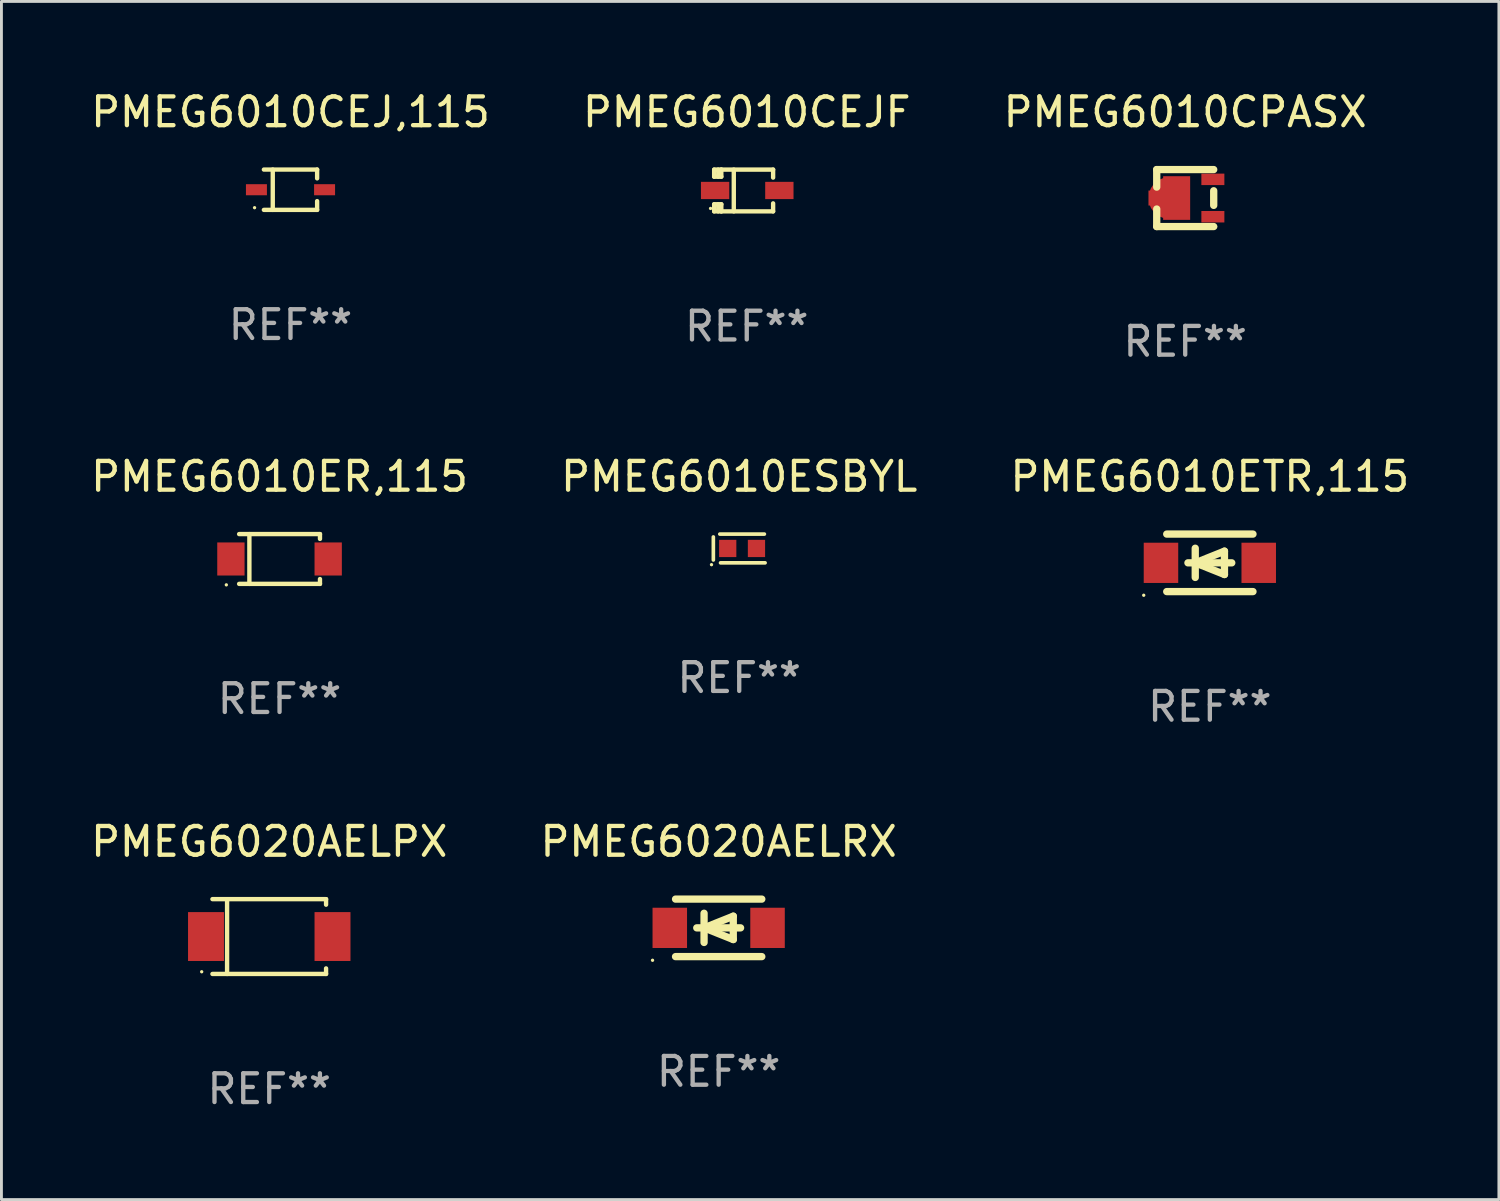
<source format=kicad_pcb>
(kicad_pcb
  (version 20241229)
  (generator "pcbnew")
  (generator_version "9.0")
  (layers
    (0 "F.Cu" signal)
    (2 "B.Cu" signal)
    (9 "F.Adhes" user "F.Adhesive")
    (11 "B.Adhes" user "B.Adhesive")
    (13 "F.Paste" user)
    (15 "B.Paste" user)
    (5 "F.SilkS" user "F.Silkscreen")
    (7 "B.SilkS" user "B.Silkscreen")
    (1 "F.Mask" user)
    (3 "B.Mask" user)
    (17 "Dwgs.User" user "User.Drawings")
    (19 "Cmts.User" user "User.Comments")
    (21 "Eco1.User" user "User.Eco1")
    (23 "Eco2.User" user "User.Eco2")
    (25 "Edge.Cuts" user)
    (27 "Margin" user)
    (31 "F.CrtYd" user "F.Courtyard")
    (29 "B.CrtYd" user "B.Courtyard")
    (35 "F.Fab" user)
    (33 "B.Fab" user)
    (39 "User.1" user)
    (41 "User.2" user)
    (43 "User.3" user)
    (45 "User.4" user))
  (footprint "PMEG6010ETR,115"
    (layer "F.Cu")
    (at 39.03 16.526)
    (property "Reference" "PMEG6010ETR,115" (at 0 -3 0) (layer "F.SilkS") (effects (font (size 1 1) (thickness 0.15))))
    (attr through_hole)
    (fp_line (start -1.5 -1) (end 1.5 -1) (stroke (width 0.254) (type solid)) (layer "F.SilkS"))
    (fp_line (start -1.5 1) (end 1.5 1) (stroke (width 0.254) (type solid)) (layer "F.SilkS"))
    (fp_line (start -0.762 0) (end 0.762 0) (stroke (width 0.254) (type solid)) (layer "F.SilkS"))
    (fp_line (start -0.508 -0.508) (end -0.508 0.508) (stroke (width 0.254) (type solid)) (layer "F.SilkS"))
    (fp_line (start -0.508 0) (end 0.508 -0.406) (stroke (width 0.254) (type solid)) (layer "F.SilkS"))
    (fp_line (start 0.508 -0.406) (end 0.508 0.406) (stroke (width 0.254) (type solid)) (layer "F.SilkS"))
    (fp_line (start 0.508 0.406) (end -0.508 0) (stroke (width 0.254) (type solid)) (layer "F.SilkS"))
    (fp_circle (center -2.3 1.127) (end -2.27 1.127) (stroke (width 0.06) (type solid)) (fill no) (layer "F.SilkS"))
    (fp_text user "REF**" (at 0 5 0) (layer "F.Fab") (effects (font (size 1 1) (thickness 0.15))))
    (pad "1" smd rect (at -1.7 0) (size 1.2 1.4) (layers "F.Cu" "F.Mask" "F.Paste"))
    (pad "2" smd rect (at 1.7 0) (size 1.2 1.4) (layers "F.Cu" "F.Mask" "F.Paste")))
  (footprint "PMEG6010ER,115"
    (layer "F.Cu")
    (at 6.673 16.392)
    (property "Reference" "PMEG6010ER,115" (at 0 -2.866 0) (layer "F.SilkS") (effects (font (size 1 1) (thickness 0.15))))
    (attr through_hole)
    (fp_line (start -1.406 -0.866) (end 1.406 -0.866) (stroke (width 0.152) (type solid)) (layer "F.SilkS"))
    (fp_line (start -1.406 0.866) (end 1.406 0.866) (stroke (width 0.152) (type solid)) (layer "F.SilkS"))
    (fp_line (start -1.049 -0.866) (end -1.049 0.866) (stroke (width 0.152) (type solid)) (layer "F.SilkS"))
    (fp_line (start 1.406 -0.866) (end 1.406 -0.698) (stroke (width 0.152) (type solid)) (layer "F.SilkS"))
    (fp_line (start 1.406 0.866) (end 1.406 0.698) (stroke (width 0.152) (type solid)) (layer "F.SilkS"))
    (fp_circle (center -1.851 0.9) (end -1.821 0.9) (stroke (width 0.06) (type solid)) (fill no) (layer "F.SilkS"))
    (fp_text user "REF**" (at 0 4.866 0) (layer "F.Fab") (effects (font (size 1 1) (thickness 0.15))))
    (pad "1" smd rect (at -1.692 0) (size 0.95 1.15) (layers "F.Cu" "F.Mask" "F.Paste"))
    (pad "2" smd rect (at 1.692 0) (size 0.95 1.15) (layers "F.Cu" "F.Mask" "F.Paste")))
  (footprint "PMEG6010CPASX"
    (layer "F.Cu")
    (at 38.173 3.839)
    (property "Reference" "PMEG6010CPASX" (at 0 -2.991 0) (layer "F.SilkS") (effects (font (size 1 1) (thickness 0.15))))
    (attr through_hole)
    (fp_line (start -0.991 -0.991) (end -0.991 -0.381) (stroke (width 0.254) (type solid)) (layer "F.SilkS"))
    (fp_line (start -0.991 0.381) (end -0.991 0.991) (stroke (width 0.254) (type solid)) (layer "F.SilkS"))
    (fp_line (start -0.991 0.991) (end 0.991 0.991) (stroke (width 0.254) (type solid)) (layer "F.SilkS"))
    (fp_line (start 0.991 -0.991) (end -0.991 -0.991) (stroke (width 0.254) (type solid)) (layer "F.SilkS"))
    (fp_line (start 0.991 -0.254) (end 0.991 0.254) (stroke (width 0.254) (type solid)) (layer "F.SilkS"))
    (fp_circle (center 1.054 0.999) (end 1.084 0.999) (stroke (width 0.06) (type solid)) (fill no) (layer "F.SilkS"))
    (fp_text user "REF**" (at 0 4.991 0) (layer "F.Fab") (effects (font (size 1 1) (thickness 0.15))))
    (pad "1" smd rect (at 0.962 0.649 270) (size 0.399 0.8) (layers "F.Cu" "F.Mask" "F.Paste"))
    (pad "2" smd rect (at 0.962 -0.651 270) (size 0.399 0.8) (layers "F.Cu" "F.Mask" "F.Paste"))
    (pad "3" smd custom (at -0.553 -0.001) (size 1.45 1.52) (layers "F.Cu" "F.Mask" "F.Paste") (options (anchor circle)) (primitives (gr_poly (pts (xy -0.725 -0.26) (xy -0.225 -0.26) (xy -0.215 -0.26) (xy -0.215 -0.76) (xy 0.725 -0.76) (xy 0.725 0.75) (xy 0.725 0.76) (xy -0.205 0.76) (xy -0.215 0.76) (xy -0.215 0.75) (xy -0.215 0.26) (xy -0.725 0.26)) (width 0) (fill yes)))))
  (footprint "PMEG6020AELRX"
    (layer "F.Cu")
    (at 21.946 29.222)
    (property "Reference" "PMEG6020AELRX" (at 0 -3 0) (layer "F.SilkS") (effects (font (size 1 1) (thickness 0.15))))
    (attr through_hole)
    (fp_line (start -1.5 -1) (end 1.5 -1) (stroke (width 0.254) (type solid)) (layer "F.SilkS"))
    (fp_line (start -1.5 1) (end 1.5 1) (stroke (width 0.254) (type solid)) (layer "F.SilkS"))
    (fp_line (start -0.762 0) (end 0.762 0) (stroke (width 0.254) (type solid)) (layer "F.SilkS"))
    (fp_line (start -0.508 -0.508) (end -0.508 0.508) (stroke (width 0.254) (type solid)) (layer "F.SilkS"))
    (fp_line (start -0.508 0) (end 0.508 -0.406) (stroke (width 0.254) (type solid)) (layer "F.SilkS"))
    (fp_line (start 0.508 -0.406) (end 0.508 0.406) (stroke (width 0.254) (type solid)) (layer "F.SilkS"))
    (fp_line (start 0.508 0.406) (end -0.508 0) (stroke (width 0.254) (type solid)) (layer "F.SilkS"))
    (fp_circle (center -2.3 1.127) (end -2.27 1.127) (stroke (width 0.06) (type solid)) (fill no) (layer "F.SilkS"))
    (fp_text user "REF**" (at 0 5 0) (layer "F.Fab") (effects (font (size 1 1) (thickness 0.15))))
    (pad "1" smd rect (at -1.7 0) (size 1.2 1.4) (layers "F.Cu" "F.Mask" "F.Paste"))
    (pad "2" smd rect (at 1.7 0) (size 1.2 1.4) (layers "F.Cu" "F.Mask" "F.Paste")))
  (footprint "PMEG6020AELPX"
    (layer "F.Cu")
    (at 6.315 29.524)
    (property "Reference" "PMEG6020AELPX" (at 0 -3.301 0) (layer "F.SilkS") (effects (font (size 1 1) (thickness 0.15))))
    (attr through_hole)
    (fp_line (start -1.976 -1.301) (end 1.976 -1.301) (stroke (width 0.152) (type solid)) (layer "F.SilkS"))
    (fp_line (start -1.976 1.301) (end 1.976 1.301) (stroke (width 0.152) (type solid)) (layer "F.SilkS"))
    (fp_line (start -1.467 -1.301) (end -1.467 1.301) (stroke (width 0.152) (type solid)) (layer "F.SilkS"))
    (fp_line (start 1.976 -1.301) (end 1.976 -1.108) (stroke (width 0.152) (type solid)) (layer "F.SilkS"))
    (fp_line (start 1.976 1.301) (end 1.976 1.108) (stroke (width 0.152) (type solid)) (layer "F.SilkS"))
    (fp_circle (center -2.35 1.225) (end -2.32 1.225) (stroke (width 0.06) (type solid)) (fill no) (layer "F.SilkS"))
    (fp_text user "REF**" (at 0 5.301 0) (layer "F.Fab") (effects (font (size 1 1) (thickness 0.15))))
    (pad "1" smd rect (at -2.2 0 180) (size 1.25 1.7) (layers "F.Cu" "F.Mask" "F.Paste"))
    (pad "2" smd rect (at 2.2 0 180) (size 1.25 1.7) (layers "F.Cu" "F.Mask" "F.Paste")))
  (footprint "PMEG6010ESBYL"
    (layer "F.Cu")
    (at 22.661 16.026)
    (property "Reference" "PMEG6010ESBYL" (at 0 -2.5 0) (layer "F.SilkS") (effects (font (size 1 1) (thickness 0.15))))
    (attr through_hole)
    (fp_line (start -0.9 -0.4) (end -0.9 0.4) (stroke (width 0.127) (type solid)) (layer "F.SilkS"))
    (fp_line (start -0.675 -0.5) (end 0.875 -0.5) (stroke (width 0.127) (type solid)) (layer "F.SilkS"))
    (fp_line (start -0.65 0.5) (end 0.9 0.5) (stroke (width 0.127) (type solid)) (layer "F.SilkS"))
    (fp_circle (center -0.964 0.564) (end -0.934 0.564) (stroke (width 0.06) (type solid)) (fill no) (layer "F.SilkS"))
    (fp_text user "REF**" (at 0 4.5 0) (layer "F.Fab") (effects (font (size 1 1) (thickness 0.15))))
    (pad "1" smd rect (at -0.4 0) (size 0.6 0.6) (layers "F.Cu" "F.Mask" "F.Paste"))
    (pad "2" smd rect (at 0.6 0) (size 0.6 0.6) (layers "F.Cu" "F.Mask" "F.Paste")))
  (footprint "PMEG6010CEJ,115"
    (layer "F.Cu")
    (at 7.054 3.549)
    (property "Reference" "PMEG6010CEJ,115" (at 0 -2.701 0) (layer "F.SilkS") (effects (font (size 1 1) (thickness 0.15))))
    (attr through_hole)
    (fp_line (start -0.926 -0.701) (end 0.926 -0.701) (stroke (width 0.152) (type solid)) (layer "F.SilkS"))
    (fp_line (start -0.926 0.701) (end 0.926 0.701) (stroke (width 0.152) (type solid)) (layer "F.SilkS"))
    (fp_line (start -0.617 -0.701) (end -0.617 0.701) (stroke (width 0.152) (type solid)) (layer "F.SilkS"))
    (fp_line (start 0.926 -0.701) (end 0.926 -0.396) (stroke (width 0.152) (type solid)) (layer "F.SilkS"))
    (fp_line (start 0.926 0.701) (end 0.926 0.396) (stroke (width 0.152) (type solid)) (layer "F.SilkS"))
    (fp_circle (center -1.25 0.625) (end -1.22 0.625) (stroke (width 0.06) (type solid)) (fill no) (layer "F.SilkS"))
    (fp_text user "REF**" (at 0 4.701 0) (layer "F.Fab") (effects (font (size 1 1) (thickness 0.15))))
    (pad "1" smd rect (at -1.185 0 180) (size 0.73 0.385) (layers "F.Cu" "F.Mask" "F.Paste"))
    (pad "2" smd rect (at 1.185 0 180) (size 0.73 0.385) (layers "F.Cu" "F.Mask" "F.Paste")))
  (footprint "PMEG6010CEJF"
    (layer "F.Cu")
    (at 22.923 3.575)
    (property "Reference" "PMEG6010CEJF" (at 0 -2.726 0) (layer "F.SilkS") (effects (font (size 1 1) (thickness 0.15))))
    (attr through_hole)
    (fp_line (start -1.134 0.48) (end -1.134 0.726) (stroke (width 0.152) (type solid)) (layer "F.SilkS"))
    (fp_line (start -1.134 0.726) (end -0.885 0.726) (stroke (width 0.152) (type solid)) (layer "F.SilkS"))
    (fp_line (start -1.134 -0.726) (end -1.134 -0.48) (stroke (width 0.152) (type solid)) (layer "F.SilkS"))
    (fp_line (start -0.992 -0.726) (end -0.992 -0.48) (stroke (width 0.152) (type solid)) (layer "F.SilkS"))
    (fp_line (start -0.992 0.48) (end -0.992 0.726) (stroke (width 0.152) (type solid)) (layer "F.SilkS"))
    (fp_line (start -0.885 -0.726) (end -1.134 -0.726) (stroke (width 0.152) (type solid)) (layer "F.SilkS"))
    (fp_line (start -0.885 -0.48) (end -1.134 -0.48) (stroke (width 0.152) (type solid)) (layer "F.SilkS"))
    (fp_line (start -0.885 -0.48) (end -0.885 -0.726) (stroke (width 0.152) (type solid)) (layer "F.SilkS"))
    (fp_line (start -0.885 0.48) (end -1.134 0.48) (stroke (width 0.152) (type solid)) (layer "F.SilkS"))
    (fp_line (start -0.885 0.48) (end -0.885 0.726) (stroke (width 0.152) (type solid)) (layer "F.SilkS"))
    (fp_line (start -0.451 0.726) (end -0.451 -0.726) (stroke (width 0.152) (type solid)) (layer "F.SilkS"))
    (fp_line (start 0.917 -0.726) (end -0.885 -0.726) (stroke (width 0.152) (type solid)) (layer "F.SilkS"))
    (fp_line (start 0.917 -0.726) (end 0.917 -0.448) (stroke (width 0.152) (type solid)) (layer "F.SilkS"))
    (fp_line (start 0.917 0.726) (end -0.885 0.726) (stroke (width 0.152) (type solid)) (layer "F.SilkS"))
    (fp_line (start 0.917 0.726) (end 0.917 0.448) (stroke (width 0.152) (type solid)) (layer "F.SilkS"))
    (fp_circle (center -1.259 0.625) (end -1.229 0.625) (stroke (width 0.06) (type solid)) (fill no) (layer "F.SilkS"))
    (fp_text user "REF**" (at 0 4.726 0) (layer "F.Fab") (effects (font (size 1 1) (thickness 0.15))))
    (pad "1" smd rect (at -1.101 -0.000114) (size 0.985 0.6) (layers "F.Cu" "F.Mask" "F.Paste"))
    (pad "2" smd rect (at 1.134 -0.000114) (size 0.985 0.6) (layers "F.Cu" "F.Mask" "F.Paste")))
  (gr_rect
    (start -3 -3)
    (end 49.083 38.673)
    (stroke (width 0.1) (type default))
    (fill no)
    (layer "Edge.Cuts")))
</source>
